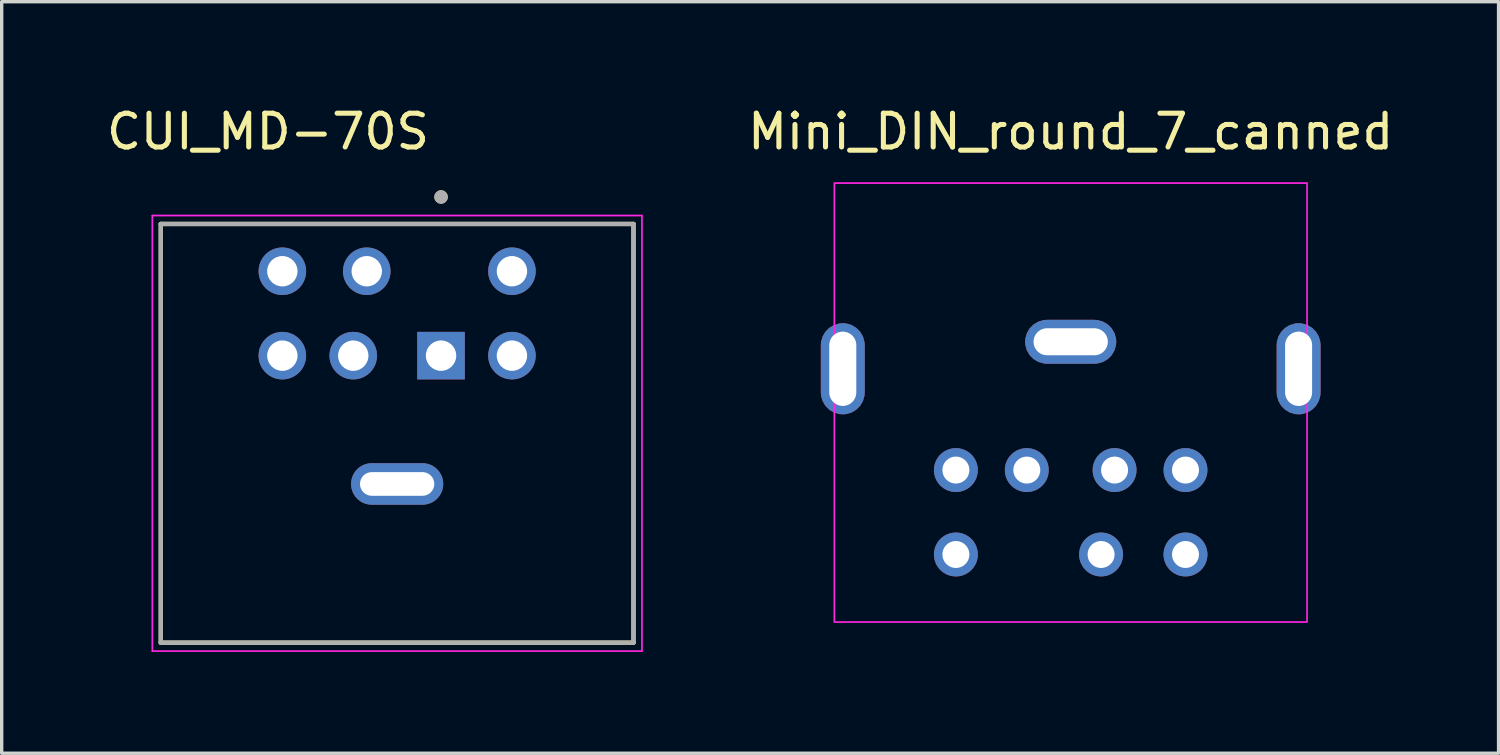
<source format=kicad_pcb>
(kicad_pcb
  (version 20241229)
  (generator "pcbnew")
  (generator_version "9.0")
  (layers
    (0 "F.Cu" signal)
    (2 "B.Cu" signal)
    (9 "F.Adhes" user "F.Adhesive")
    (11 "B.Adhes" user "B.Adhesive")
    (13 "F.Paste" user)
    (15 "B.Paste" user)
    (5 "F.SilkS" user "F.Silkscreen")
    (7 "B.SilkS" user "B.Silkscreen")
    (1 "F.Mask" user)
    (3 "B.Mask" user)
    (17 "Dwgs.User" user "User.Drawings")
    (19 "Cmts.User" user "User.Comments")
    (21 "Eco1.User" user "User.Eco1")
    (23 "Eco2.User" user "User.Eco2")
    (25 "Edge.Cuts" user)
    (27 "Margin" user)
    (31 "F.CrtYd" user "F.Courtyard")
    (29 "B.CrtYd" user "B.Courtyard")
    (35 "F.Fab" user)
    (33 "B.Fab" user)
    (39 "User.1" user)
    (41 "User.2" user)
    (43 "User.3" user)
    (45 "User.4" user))
  (footprint "Mini_DIN_round_7_canned"
    (layer "F.Cu")
    (at 28.66 2.372)
    (property "Reference" "Mini_DIN_round_7_canned" (at 0 -1.524 0) (unlocked yes) (layer "F.SilkS") (effects (font (size 1 1) (thickness 0.15))))
    (attr through_hole)
    (fp_rect (start -7 0) (end 7 13) (stroke (width 0.05) (type default)) (fill no) (layer "F.CrtYd"))
    (pad "1" thru_hole circle (at -1.3 8.5 90) (size 1.3 1.3) (drill 0.8) (layers "*.Cu" "*.Mask"))
    (pad "2" thru_hole circle (at 1.3 8.5 90) (size 1.3 1.3) (drill 0.8) (layers "*.Cu" "*.Mask"))
    (pad "3" thru_hole circle (at -3.4 8.5 90) (size 1.3 1.3) (drill 0.8) (layers "*.Cu" "*.Mask"))
    (pad "4" thru_hole circle (at 3.4 8.5 90) (size 1.3 1.3) (drill 0.8) (layers "*.Cu" "*.Mask"))
    (pad "5" thru_hole circle (at -3.4 11 90) (size 1.3 1.3) (drill 0.8) (layers "*.Cu" "*.Mask"))
    (pad "6" thru_hole circle (at 0.9 11 90) (size 1.3 1.3) (drill 0.8) (layers "*.Cu" "*.Mask"))
    (pad "7" thru_hole circle (at 3.4 11 90) (size 1.3 1.3) (drill 0.8) (layers "*.Cu" "*.Mask"))
    (pad "S1" thru_hole roundrect (at -6.75 5.5 90) (size 2.7 1.3) (drill oval 2.2 0.8) (layers "*.Cu" "*.Mask") (roundrect_rratio 0.5))
    (pad "S1" thru_hole roundrect (at 0 4.7) (size 2.7 1.3) (drill oval 2.2 0.8) (layers "*.Cu" "*.Mask") (roundrect_rratio 0.5))
    (pad "S1" thru_hole roundrect (at 6.75 5.5 90) (size 2.7 1.3) (drill oval 2.2 0.8) (layers "*.Cu" "*.Mask") (roundrect_rratio 0.5)))
  (footprint "CUI_MD-70S"
    (layer "F.Cu")
    (at 8.712 11.283)
    (property "Reference" "CUI_MD-70S" (at -3.825 -10.435 0) (layer "F.SilkS") (effects (font (size 1 1) (thickness 0.15))))
    (attr through_hole)
    (fp_line (start -7 -7.7) (end 7 -7.7) (stroke (width 0.127) (type solid)) (layer "F.SilkS"))
    (fp_line (start -7 4.7) (end -7 -7.7) (stroke (width 0.127) (type solid)) (layer "F.SilkS"))
    (fp_line (start 7 -7.7) (end 7 4.7) (stroke (width 0.127) (type solid)) (layer "F.SilkS"))
    (fp_line (start 7 4.7) (end -7 4.7) (stroke (width 0.127) (type solid)) (layer "F.SilkS"))
    (fp_circle (center 1.3 -8.499) (end 1.4 -8.499) (stroke (width 0.2) (type solid)) (fill no) (layer "F.SilkS"))
    (fp_line (start -7.25 -7.95) (end -7.25 4.95) (stroke (width 0.05) (type solid)) (layer "F.CrtYd"))
    (fp_line (start -7.25 4.95) (end 7.25 4.95) (stroke (width 0.05) (type solid)) (layer "F.CrtYd"))
    (fp_line (start 7.25 -7.95) (end -7.25 -7.95) (stroke (width 0.05) (type solid)) (layer "F.CrtYd"))
    (fp_line (start 7.25 4.95) (end 7.25 -7.95) (stroke (width 0.05) (type solid)) (layer "F.CrtYd"))
    (fp_line (start -7 -7.7) (end 7 -7.7) (stroke (width 0.127) (type solid)) (layer "F.Fab"))
    (fp_line (start -7 4.7) (end -7 -7.7) (stroke (width 0.127) (type solid)) (layer "F.Fab"))
    (fp_line (start 7 -7.7) (end 7 4.7) (stroke (width 0.127) (type solid)) (layer "F.Fab"))
    (fp_line (start 7 4.7) (end -7 4.7) (stroke (width 0.127) (type solid)) (layer "F.Fab"))
    (fp_circle (center 1.3 -8.499) (end 1.4 -8.499) (stroke (width 0.2) (type solid)) (fill no) (layer "F.Fab"))
    (pad "1" thru_hole rect (at 1.3 -3.8) (size 1.408 1.408) (drill 0.9) (layers "*.Cu" "*.Mask"))
    (pad "2" thru_hole circle (at -1.3 -3.8) (size 1.408 1.408) (drill 0.9) (layers "*.Cu" "*.Mask"))
    (pad "3" thru_hole circle (at 3.4 -3.8) (size 1.408 1.408) (drill 0.9) (layers "*.Cu" "*.Mask"))
    (pad "4" thru_hole circle (at -3.4 -3.8) (size 1.408 1.408) (drill 0.9) (layers "*.Cu" "*.Mask"))
    (pad "5" thru_hole circle (at 3.4 -6.3) (size 1.408 1.408) (drill 0.9) (layers "*.Cu" "*.Mask"))
    (pad "6" thru_hole circle (at -0.9 -6.3) (size 1.408 1.408) (drill 0.9) (layers "*.Cu" "*.Mask"))
    (pad "7" thru_hole circle (at -3.4 -6.3) (size 1.408 1.408) (drill 0.9) (layers "*.Cu" "*.Mask"))
    (pad "S1" thru_hole oval (at 0 0) (size 2.73 1.23) (drill oval 2.2 0.7) (layers "*.Cu" "*.Mask")))
  (gr_rect
    (start -3 -3)
    (end 41.332 19.258)
    (stroke (width 0.1) (type default))
    (fill no)
    (layer "Edge.Cuts")))
</source>
